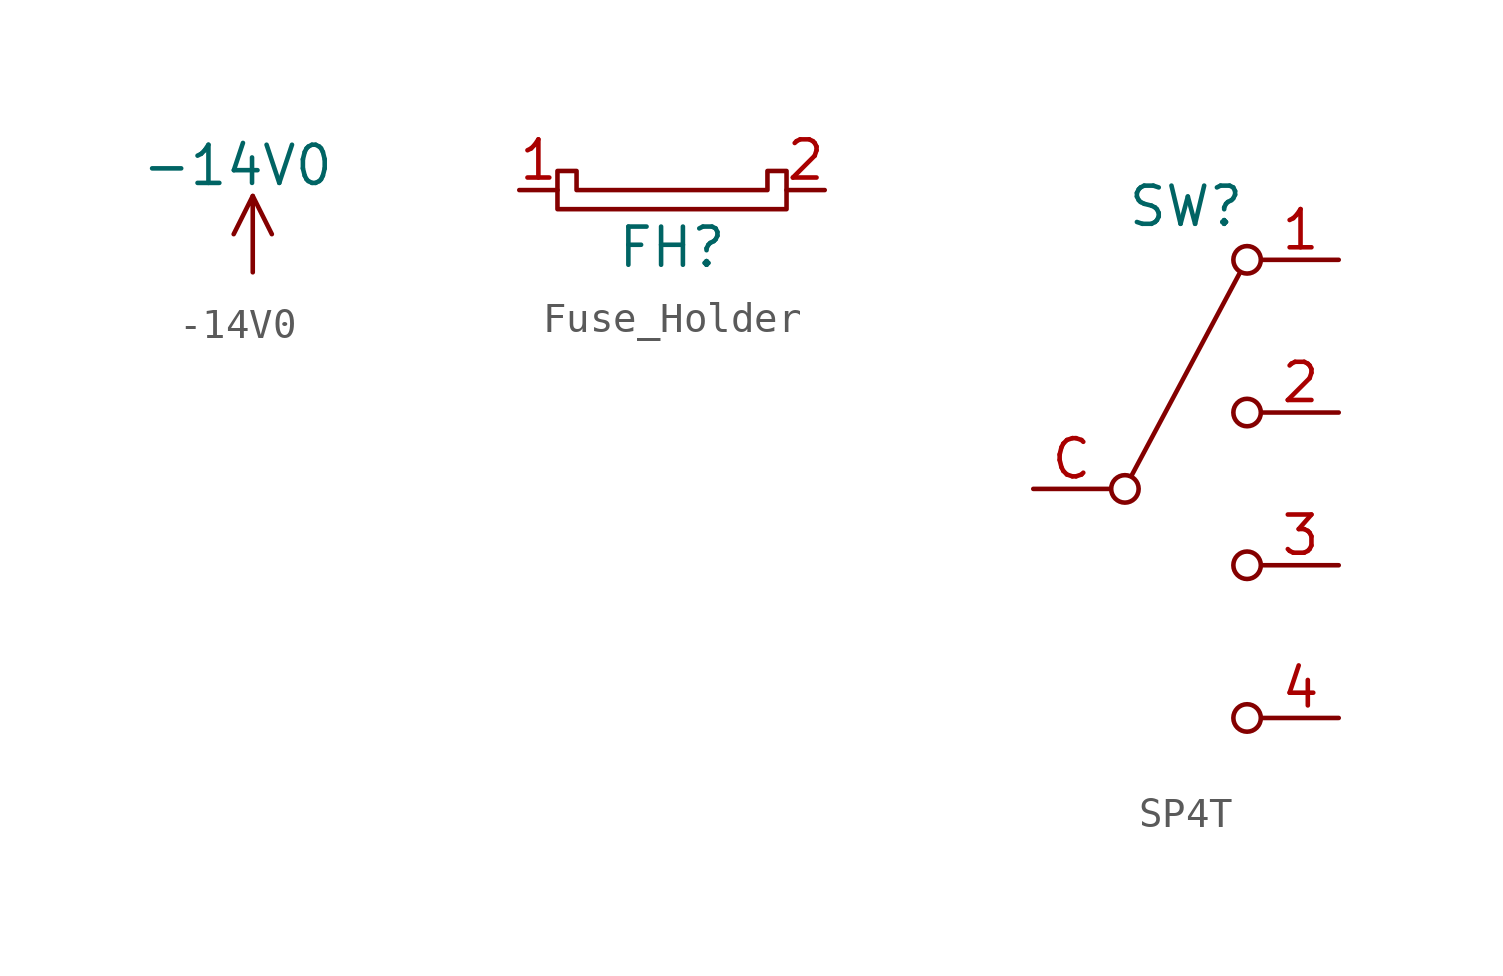
<source format=kicad_sym>
(kicad_symbol_lib
  (version 20231120)
  (generator "kicad_symbol_editor")
  (generator_version "8.0")
  (symbol "-14V0"
    (power)
    (property "Reference" "#PWR"
      (at -0.254 -3.81 0)
      (effects (font (size 1.27 1.27)) (hide yes)))
    (property "Value" "-14V0"
      (at -0.508 3.556 0)
      (do_not_autoplace)
      (effects (font (size 1.27 1.27))))
    (symbol "-14V0_0_1"
      (polyline (pts (xy 0 2.54) (xy 0.635 1.27)) (stroke (width 0) (type default)) (fill (type none)))
      (polyline (pts (xy 0 0) (xy 0 2.54) (xy -0.635 1.27)) (stroke (width 0) (type default)) (fill (type none))))
    (symbol "-14V0_1_0"
      (pin power_in line (at 0 0 90) (length 2.54) hide (name "-14V0" (effects (font (size 1.27 1.27)))) (number "1" (effects (font (size 1.27 1.27)))))))
  (symbol "Fuse_Holder"
    (property "Reference" "FH"
      (at 0 -3.175 0)
      (effects (font (size 1.27 1.27))))
    (property "Value" ""
      (at 0.051 0 0)
      (effects (font (size 1.27 1.27))))
    (symbol "Fuse_Holder_0_1"
      (polyline (pts (xy -3.81 -0.635) (xy -3.175 -0.635) (xy -3.175 -1.27) (xy 3.175 -1.27) (xy 3.175 -0.635) (xy 3.81 -0.635) (xy 3.81 -1.905) (xy -3.81 -1.905) (xy -3.81 -0.635)) (stroke (width 0) (type default)) (fill (type none))))
    (symbol "Fuse_Holder_1_1"
      (pin passive line (at -5.08 -1.27 0) (length 1.27) (name "~" (effects (font (size 1.27 1.27)))) (number "1" (effects (font (size 1.27 1.27)))))
      (pin passive line (at 5.08 -1.27 180) (length 1.27) (name "~" (effects (font (size 1.27 1.27)))) (number "2" (effects (font (size 1.27 1.27)))))))
  (symbol "SP4T"
    (pin_names hide)
    (property "Reference" "SW"
      (at 0 9.398 0)
      (effects (font (size 1.27 1.27))))
    (property "Value" ""
      (at 0 0 0)
      (effects (font (size 1.27 1.27))))
    (symbol "SP4T_0_1"
      (circle (center -2.032 0) (radius 0.457) (stroke (width 0) (type default)) (fill (type none)))
      (polyline (pts (xy -1.803 0.457) (xy 1.778 7.163)) (stroke (width 0) (type default)) (fill (type none)))
      (circle (center 2.032 -7.62) (radius 0.457) (stroke (width 0) (type default)) (fill (type none)))
      (circle (center 2.032 -2.54) (radius 0.457) (stroke (width 0) (type default)) (fill (type none)))
      (circle (center 2.032 2.54) (radius 0.457) (stroke (width 0) (type default)) (fill (type none)))
      (circle (center 2.032 7.62) (radius 0.457) (stroke (width 0) (type default)) (fill (type none))))
    (symbol "SP4T_1_1"
      (pin passive line (at 5.08 7.62 180) (length 2.54) (name "1" (effects (font (size 1.27 1.27)))) (number "1" (effects (font (size 1.27 1.27)))))
      (pin passive line (at 5.08 2.54 180) (length 2.54) (name "2" (effects (font (size 1.27 1.27)))) (number "2" (effects (font (size 1.27 1.27)))))
      (pin passive line (at 5.08 -2.54 180) (length 2.54) (name "3" (effects (font (size 1.27 1.27)))) (number "3" (effects (font (size 1.27 1.27)))))
      (pin passive line (at 5.08 -7.62 180) (length 2.54) (name "4" (effects (font (size 1.27 1.27)))) (number "4" (effects (font (size 1.27 1.27)))))
      (pin passive line (at -5.08 0 0) (length 2.54) (name "C" (effects (font (size 1.27 1.27)))) (number "C" (effects (font (size 1.27 1.27))))))))
</source>
